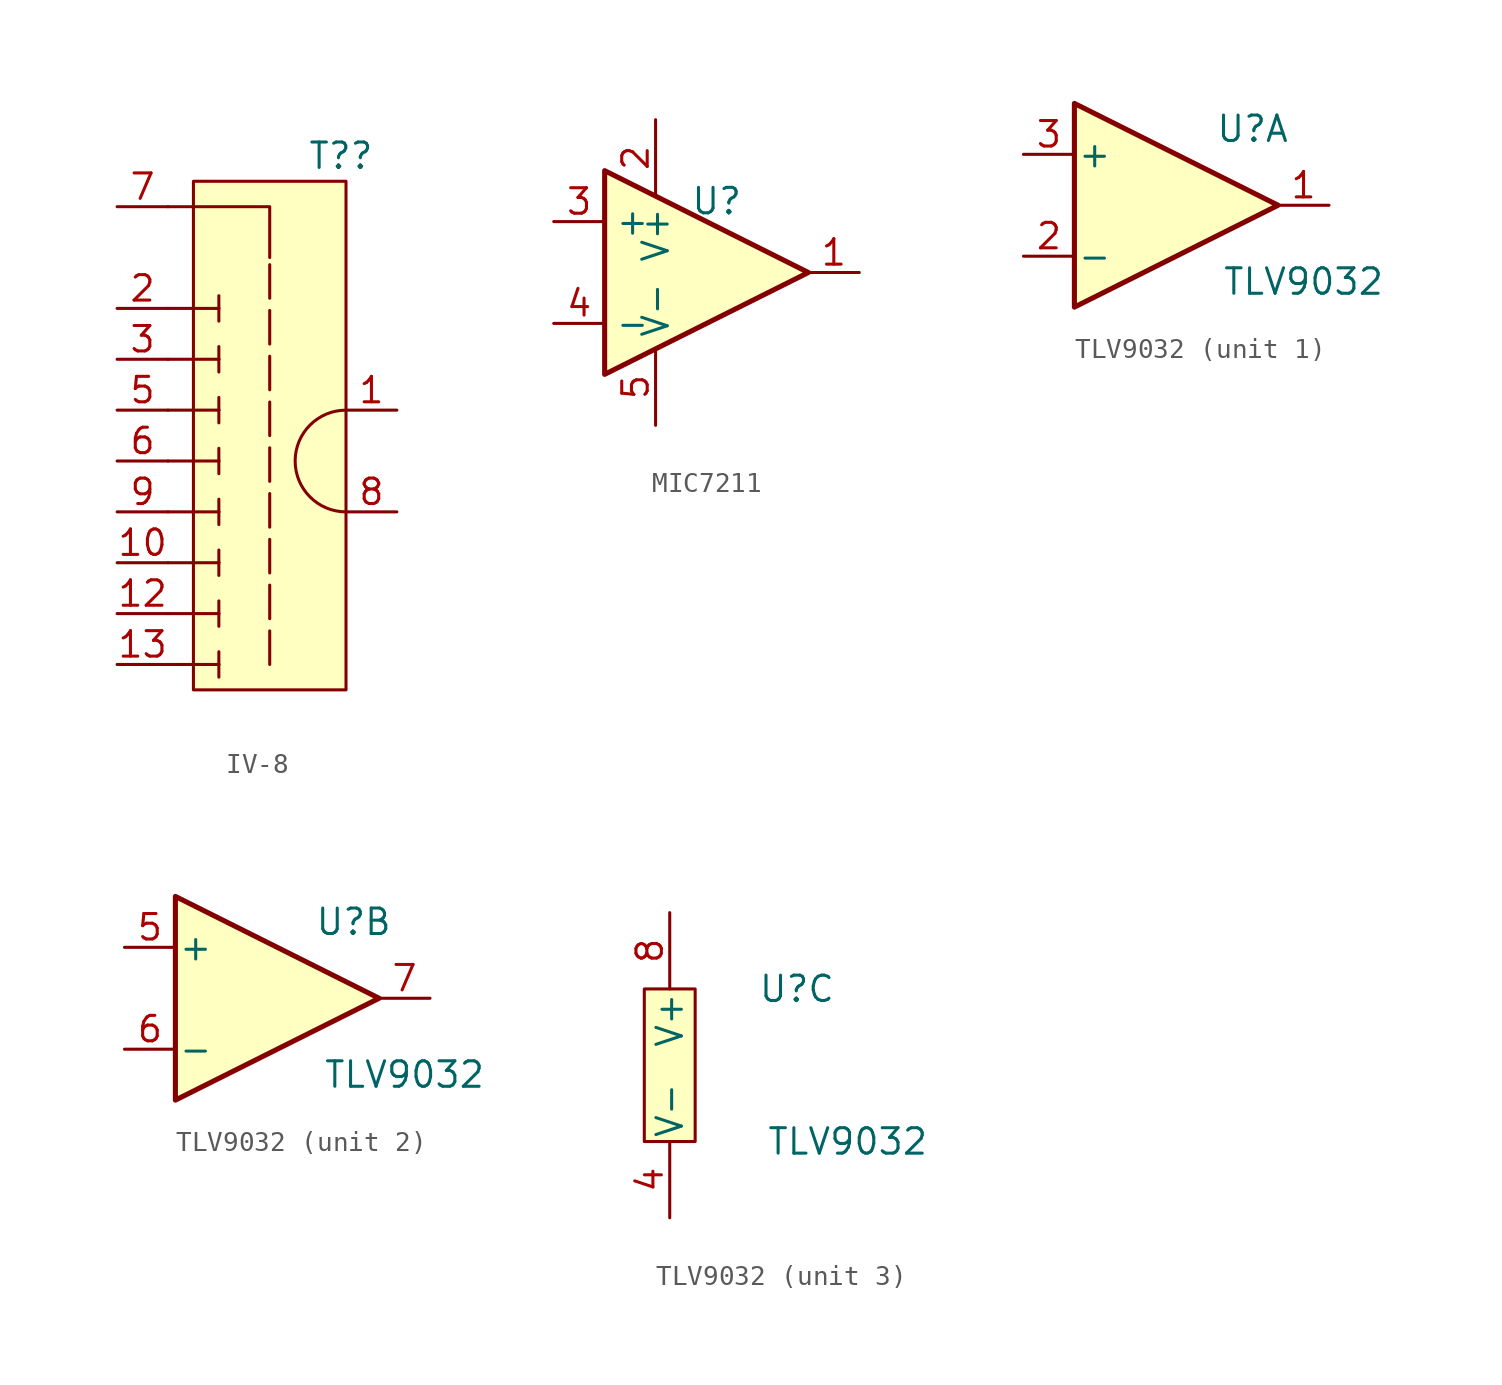
<source format=kicad_sym>
(kicad_symbol_lib
  (version 20241209)
  (generator "kicad_symbol_editor")
  (generator_version "9.0")
  (symbol "IV-8"
    (property "Reference" "T?"
      (at 3.556 15.24 0)
      (effects (font (size 1.27 1.27))))
    (property "Value" ""
      (at -1.27 -8.89 0)
      (effects (font (size 1.27 1.27))))
    (symbol "IV-8_1_1"
      (polyline (pts (xy -5.08 12.7) (xy 0 12.7) (xy 0 10.16)) (stroke (width 0) (type default)) (fill (type none)))
      (polyline (pts (xy -5.08 7.62) (xy -5.08 7.62)) (stroke (width 0) (type default)) (fill (type none)))
      (polyline (pts (xy -5.08 7.62) (xy -2.54 7.62)) (stroke (width 0) (type default)) (fill (type none)))
      (polyline (pts (xy -5.08 5.08) (xy -2.54 5.08)) (stroke (width 0) (type default)) (fill (type none)))
      (polyline (pts (xy -5.08 2.54) (xy -2.54 2.54)) (stroke (width 0) (type default)) (fill (type none)))
      (polyline (pts (xy -5.08 0) (xy -2.54 0)) (stroke (width 0) (type default)) (fill (type none)))
      (polyline (pts (xy -5.08 -2.54) (xy -2.54 -2.54)) (stroke (width 0) (type default)) (fill (type none)))
      (polyline (pts (xy -5.08 -5.08) (xy -2.54 -5.08)) (stroke (width 0) (type default)) (fill (type none)))
      (polyline (pts (xy -5.08 -7.62) (xy -2.54 -7.62)) (stroke (width 0) (type default)) (fill (type none)))
      (polyline (pts (xy -5.08 -10.16) (xy -2.54 -10.16)) (stroke (width 0) (type default)) (fill (type none)))
      (rectangle (start -3.81 13.97) (end 3.81 -11.43) (stroke (width 0) (type default)) (fill (type background)))
      (polyline (pts (xy -2.54 8.255) (xy -2.54 6.985)) (stroke (width 0) (type default)) (fill (type none)))
      (polyline (pts (xy -2.54 7.62) (xy -2.54 7.62)) (stroke (width 0) (type default)) (fill (type none)))
      (polyline (pts (xy -2.54 5.715) (xy -2.54 4.445)) (stroke (width 0) (type default)) (fill (type none)))
      (polyline (pts (xy -2.54 5.08) (xy -2.54 5.08)) (stroke (width 0) (type default)) (fill (type none)))
      (polyline (pts (xy -2.54 3.175) (xy -2.54 1.905)) (stroke (width 0) (type default)) (fill (type none)))
      (polyline (pts (xy -2.54 2.54) (xy -2.54 2.54)) (stroke (width 0) (type default)) (fill (type none)))
      (polyline (pts (xy -2.54 0.635) (xy -2.54 -0.635)) (stroke (width 0) (type default)) (fill (type none)))
      (polyline (pts (xy -2.54 0) (xy -2.54 0)) (stroke (width 0) (type default)) (fill (type none)))
      (polyline (pts (xy -2.54 -1.905) (xy -2.54 -3.175)) (stroke (width 0) (type default)) (fill (type none)))
      (polyline (pts (xy -2.54 -2.54) (xy -2.54 -2.54)) (stroke (width 0) (type default)) (fill (type none)))
      (polyline (pts (xy -2.54 -4.445) (xy -2.54 -5.715)) (stroke (width 0) (type default)) (fill (type none)))
      (polyline (pts (xy -2.54 -5.08) (xy -2.54 -5.08)) (stroke (width 0) (type default)) (fill (type none)))
      (polyline (pts (xy -2.54 -6.985) (xy -2.54 -8.255)) (stroke (width 0) (type default)) (fill (type none)))
      (polyline (pts (xy -2.54 -7.62) (xy -2.54 -7.62)) (stroke (width 0) (type default)) (fill (type none)))
      (polyline (pts (xy -2.54 -9.525) (xy -2.54 -10.795)) (stroke (width 0) (type default)) (fill (type none)))
      (polyline (pts (xy -2.54 -10.16) (xy -2.54 -10.16)) (stroke (width 0) (type default)) (fill (type none)))
      (polyline (pts (xy 0 -10.16) (xy 0 10.16)) (stroke (width 0) (type dash)) (fill (type none)))
      (arc (start 3.81 -2.54) (mid 1.27 0) (end 3.81 2.54) (stroke (width 0) (type default)) (fill (type none)))
      (pin input line (at -7.62 12.7 0) (length 2.54) (name "" (effects (font (size 1.27 1.27)))) (number "7" (effects (font (size 1.27 1.27)))))
      (pin input line (at -7.62 7.62 0) (length 2.54) (name "" (effects (font (size 1.27 1.27)))) (number "2" (effects (font (size 1.27 1.27)))))
      (pin input line (at -7.62 5.08 0) (length 2.54) (name "" (effects (font (size 1.27 1.27)))) (number "3" (effects (font (size 1.27 1.27)))))
      (pin input line (at -7.62 2.54 0) (length 2.54) (name "" (effects (font (size 1.27 1.27)))) (number "5" (effects (font (size 1.27 1.27)))))
      (pin input line (at -7.62 0 0) (length 2.54) (name "" (effects (font (size 1.27 1.27)))) (number "6" (effects (font (size 1.27 1.27)))))
      (pin input line (at -7.62 -2.54 0) (length 2.54) (name "" (effects (font (size 1.27 1.27)))) (number "9" (effects (font (size 1.27 1.27)))))
      (pin input line (at -7.62 -5.08 0) (length 2.54) (name "" (effects (font (size 1.27 1.27)))) (number "10" (effects (font (size 1.27 1.27)))))
      (pin input line (at -7.62 -7.62 0) (length 2.54) (name "" (effects (font (size 1.27 1.27)))) (number "12" (effects (font (size 1.27 1.27)))))
      (pin input line (at -7.62 -10.16 0) (length 2.54) (name "" (effects (font (size 1.27 1.27)))) (number "13" (effects (font (size 1.27 1.27)))))
      (pin input line (at 6.35 2.54 180) (length 2.54) (name "" (effects (font (size 1.27 1.27)))) (number "1" (effects (font (size 1.27 1.27)))))
      (pin input line (at 6.35 -2.54 180) (length 2.54) (name "" (effects (font (size 1.27 1.27)))) (number "8" (effects (font (size 1.27 1.27)))))))
  (symbol "MIC7211"
    (property "Reference" "U"
      (at 1.778 3.556 0)
      (effects (font (size 1.27 1.27))))
    (property "Value" ""
      (at 0 0 0)
      (effects (font (size 1.27 1.27))))
    (symbol "MIC7211_0_1"
      (polyline (pts (xy -3.81 5.08) (xy 6.35 0) (xy -3.81 -5.08) (xy -3.81 5.08)) (stroke (width 0.254) (type default)) (fill (type background)))
      (pin power_in line (at -1.27 7.62 270) (length 3.81) (name "V+" (effects (font (size 1.27 1.27)))) (number "2" (effects (font (size 1.27 1.27)))))
      (pin power_in line (at -1.27 -7.62 90) (length 3.81) (name "V-" (effects (font (size 1.27 1.27)))) (number "5" (effects (font (size 1.27 1.27))))))
    (symbol "MIC7211_1_1"
      (pin input line (at -6.35 2.54 0) (length 2.54) (name "+" (effects (font (size 1.27 1.27)))) (number "3" (effects (font (size 1.27 1.27)))))
      (pin input line (at -6.35 -2.54 0) (length 2.54) (name "-" (effects (font (size 1.27 1.27)))) (number "4" (effects (font (size 1.27 1.27)))))
      (pin output line (at 8.89 0 180) (length 2.54) (name "~" (effects (font (size 1.27 1.27)))) (number "1" (effects (font (size 1.27 1.27)))))))
  (symbol "TLV9032"
    (pin_names
      (offset 0.127))
    (property "Reference" "U"
      (at 3.81 3.81 0)
      (effects (font (size 1.27 1.27))))
    (property "Value" "TLV9032"
      (at 6.35 -3.81 0)
      (effects (font (size 1.27 1.27))))
    (property "ki_locked" ""
      (at 0 0 0)
      (effects (font (size 1.27 1.27))))
    (symbol "TLV9032_1_1"
      (polyline (pts (xy -5.08 5.08) (xy 5.08 0) (xy -5.08 -5.08) (xy -5.08 5.08)) (stroke (width 0.254) (type default)) (fill (type background)))
      (pin input line (at -7.62 2.54 0) (length 2.54) (name "+" (effects (font (size 1.27 1.27)))) (number "3" (effects (font (size 1.27 1.27)))))
      (pin input line (at -7.62 -2.54 0) (length 2.54) (name "-" (effects (font (size 1.27 1.27)))) (number "2" (effects (font (size 1.27 1.27)))))
      (pin output line (at 7.62 0 180) (length 2.54) (name "~" (effects (font (size 1.27 1.27)))) (number "1" (effects (font (size 1.27 1.27))))))
    (symbol "TLV9032_2_1"
      (polyline (pts (xy -5.08 5.08) (xy 5.08 0) (xy -5.08 -5.08) (xy -5.08 5.08)) (stroke (width 0.254) (type default)) (fill (type background)))
      (pin input line (at -7.62 2.54 0) (length 2.54) (name "+" (effects (font (size 1.27 1.27)))) (number "5" (effects (font (size 1.27 1.27)))))
      (pin input line (at -7.62 -2.54 0) (length 2.54) (name "-" (effects (font (size 1.27 1.27)))) (number "6" (effects (font (size 1.27 1.27)))))
      (pin output line (at 7.62 0 180) (length 2.54) (name "~" (effects (font (size 1.27 1.27)))) (number "7" (effects (font (size 1.27 1.27))))))
    (symbol "TLV9032_3_1"
      (rectangle (start -3.81 3.81) (end -1.27 -3.81) (stroke (width 0) (type solid)) (fill (type background)))
      (pin power_in line (at -2.54 7.62 270) (length 3.81) (name "V+" (effects (font (size 1.27 1.27)))) (number "8" (effects (font (size 1.27 1.27)))))
      (pin power_in line (at -2.54 -7.62 90) (length 3.81) (name "V-" (effects (font (size 1.27 1.27)))) (number "4" (effects (font (size 1.27 1.27))))))))
</source>
